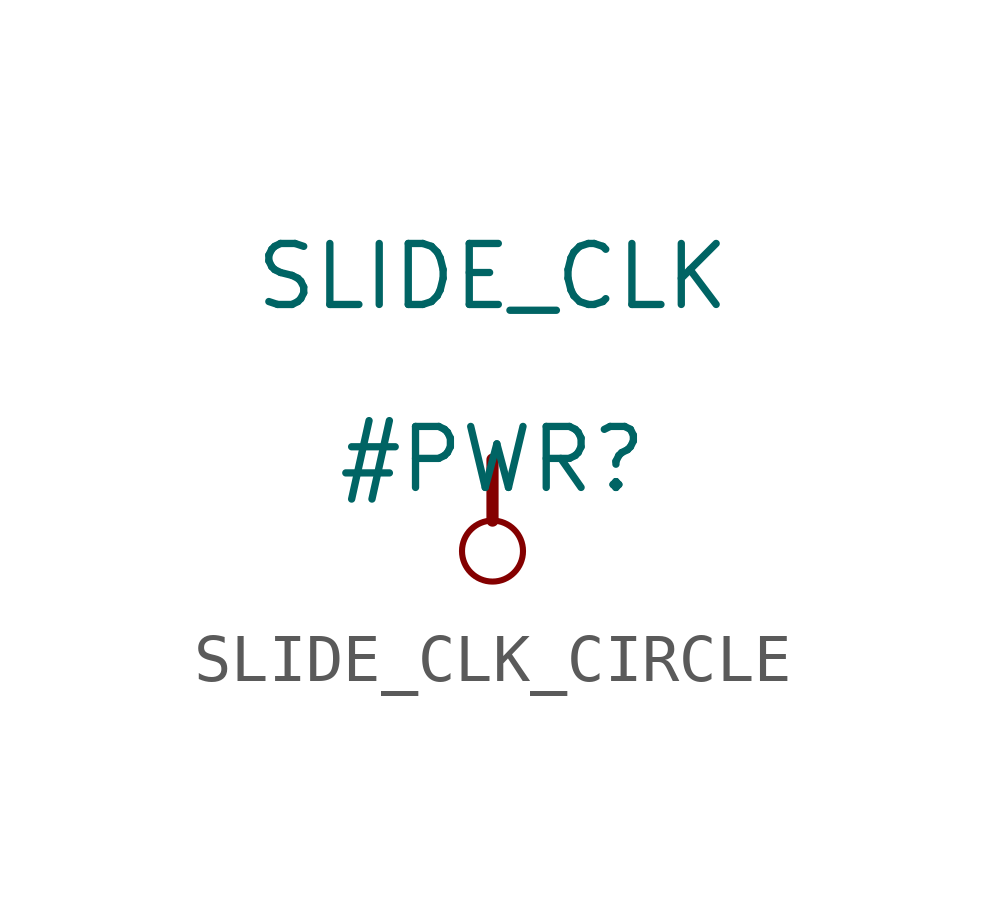
<source format=kicad_sym>
(kicad_symbol_lib
  (version 20231120)
  (generator "kicad_symbol_editor")
  (generator_version "8.0")
  (symbol "SLIDE_CLK_CIRCLE"
    (power)
    (property "Reference" "#PWR"
      (at 0 0 0)
      (effects (font (size 1.27 1.27))))
    (property "Value" "SLIDE_CLK"
      (at 0 3.81 0)
      (effects (font (size 1.27 1.27))))
    (symbol "SLIDE_CLK_CIRCLE_0_0"
      (circle (center 0 -1.905) (radius 0.635) (stroke (width 0.127) (type solid)) (fill (type none)))
      (polyline (pts (xy 0 0) (xy 0 -1.27)) (stroke (width 0.254) (type solid)) (fill (type none)))
      (pin power_in line (at 0 0 0) (length 0) hide (name "SLIDE_CLK" (effects (font (size 1.27 1.27)))) (number "" (effects (font (size 1.27 1.27))))))))
</source>
